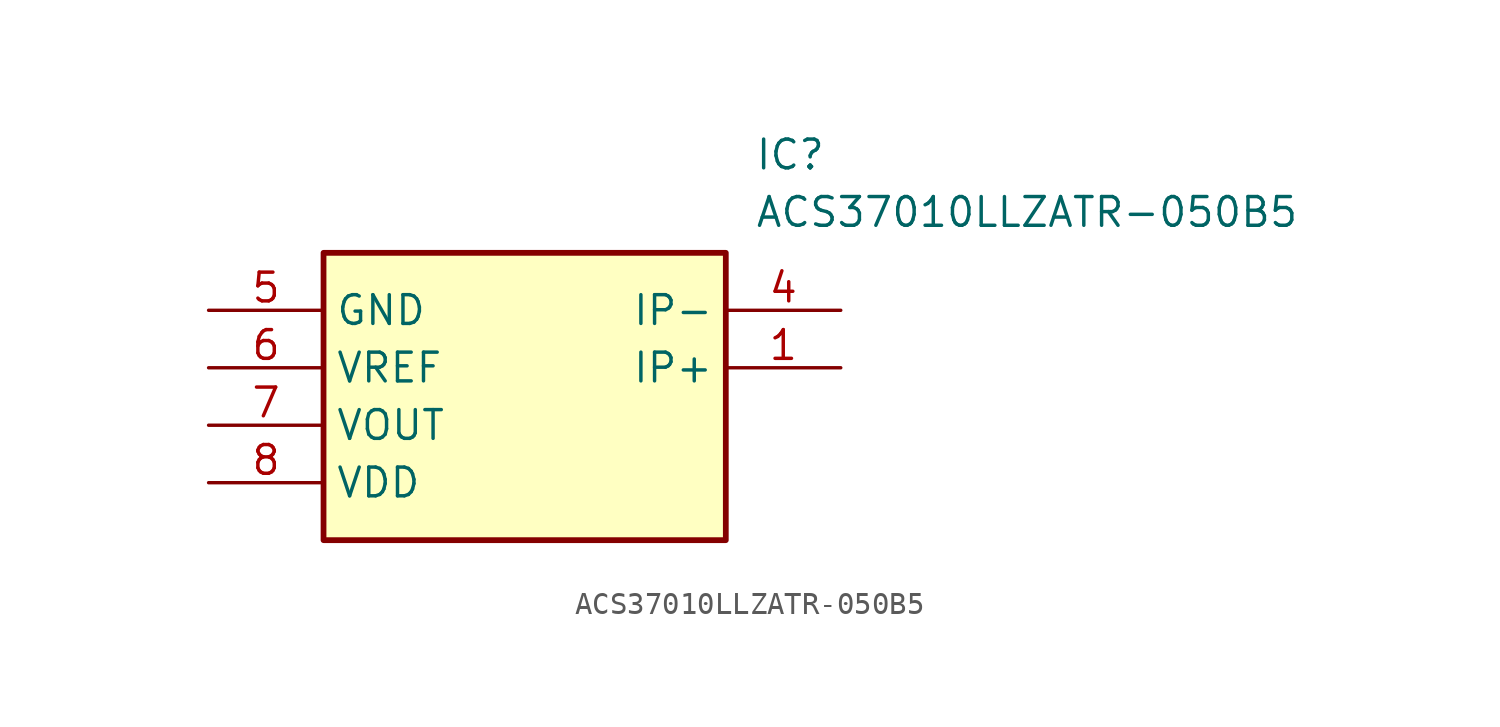
<source format=kicad_sym>
(kicad_symbol_lib
  (version 20211014)
  (generator SamacSys_ECAD_Model)
  (symbol "ACS37010LLZATR-050B5"
    (property "Reference" "IC"
      (at 24.13 7.62 0)
      (effects (font (size 1.27 1.27)) (justify left top)))
    (property "Value" "ACS37010LLZATR-050B5"
      (at 24.13 5.08 0)
      (effects (font (size 1.27 1.27)) (justify left top)))
    (rectangle
      (start 5.08 2.54)
      (end 22.86 -10.16)
      (stroke (width 0.254) (type default))
      (fill (type background)))
    (pin passive line
      (at 27.94 -2.54 180)
      (length 5.08)
      (name "IP+" (effects (font (size 1.27 1.27))))
      (number "1" (effects (font (size 1.27 1.27)))))
    (pin passive line
      (at 27.94 0 180)
      (length 5.08)
      (name "IP-" (effects (font (size 1.27 1.27))))
      (number "4" (effects (font (size 1.27 1.27)))))
    (pin passive line
      (at 0 0 0)
      (length 5.08)
      (name "GND" (effects (font (size 1.27 1.27))))
      (number "5" (effects (font (size 1.27 1.27)))))
    (pin passive line
      (at 0 -2.54 0)
      (length 5.08)
      (name "VREF" (effects (font (size 1.27 1.27))))
      (number "6" (effects (font (size 1.27 1.27)))))
    (pin passive line
      (at 0 -5.08 0)
      (length 5.08)
      (name "VOUT" (effects (font (size 1.27 1.27))))
      (number "7" (effects (font (size 1.27 1.27)))))
    (pin passive line
      (at 0 -7.62 0)
      (length 5.08)
      (name "VDD" (effects (font (size 1.27 1.27))))
      (number "8" (effects (font (size 1.27 1.27)))))))
</source>
